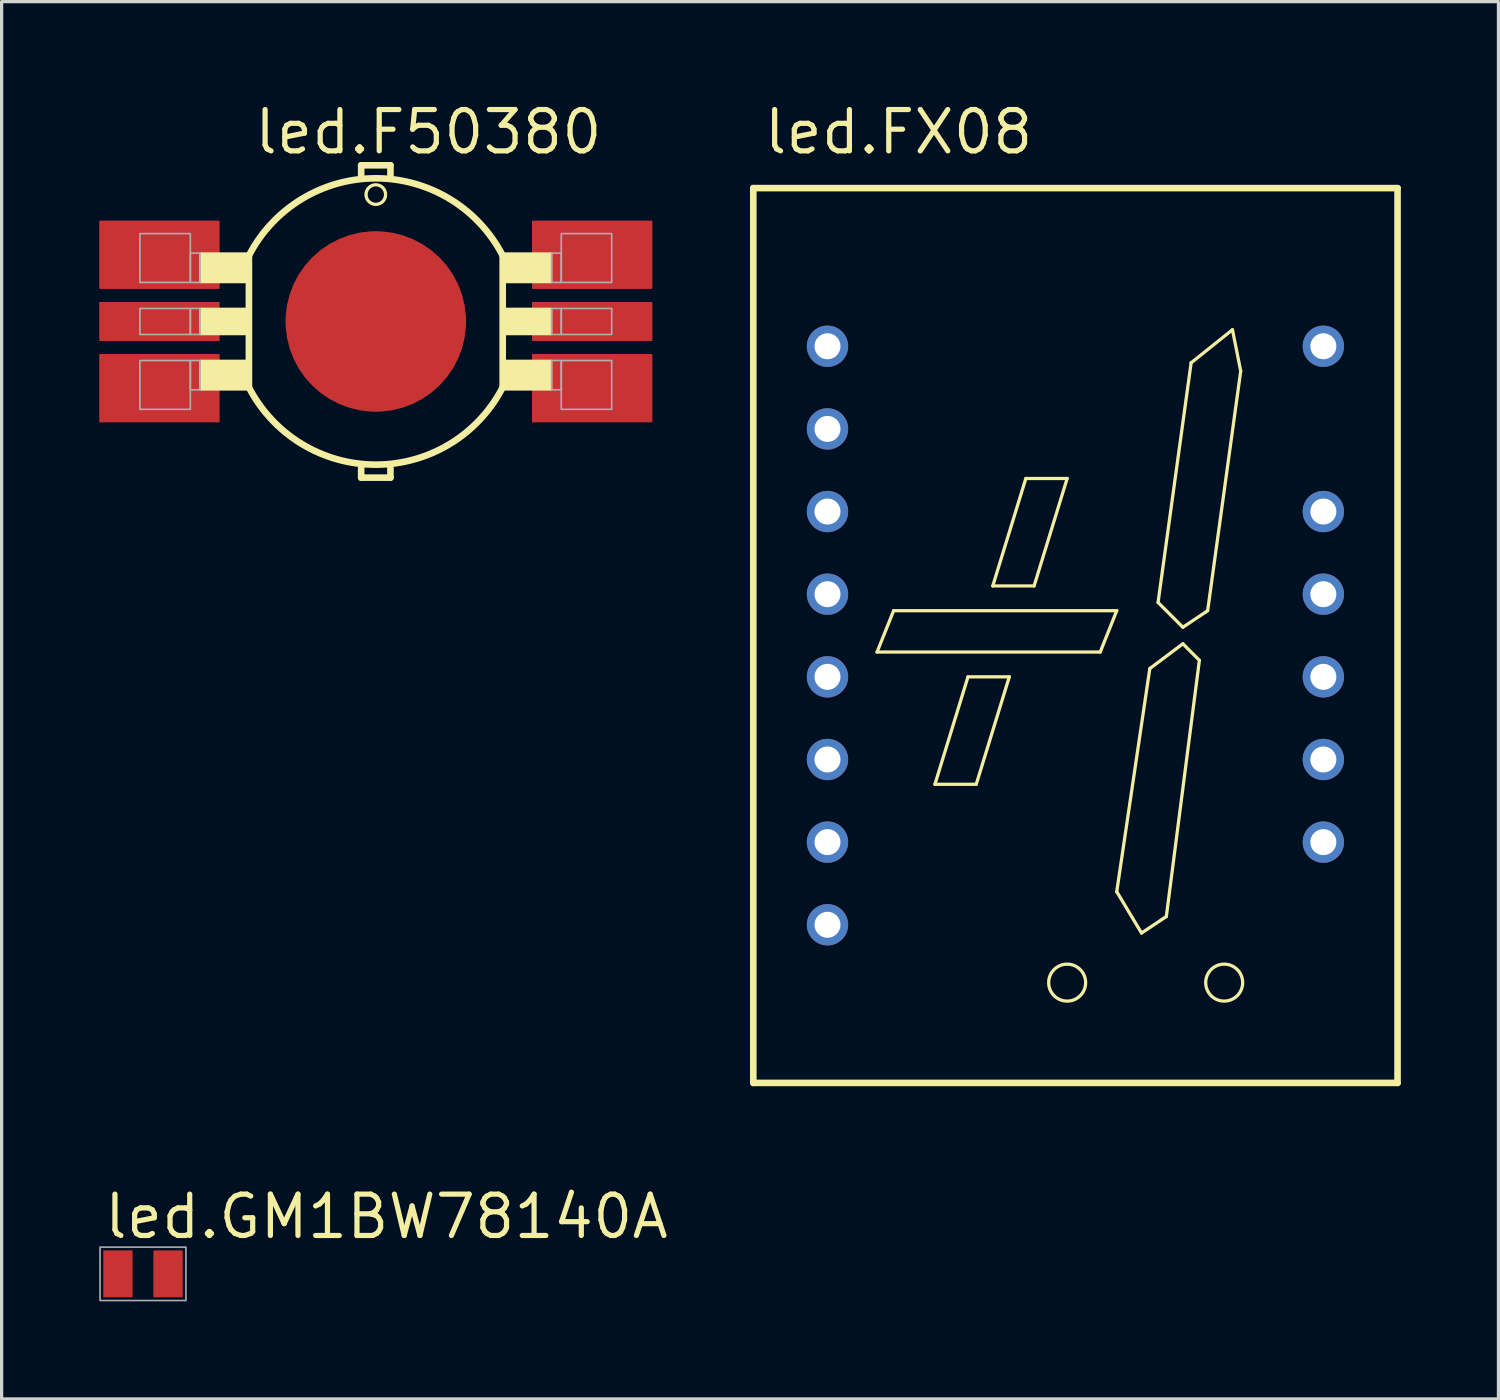
<source format=kicad_pcb>
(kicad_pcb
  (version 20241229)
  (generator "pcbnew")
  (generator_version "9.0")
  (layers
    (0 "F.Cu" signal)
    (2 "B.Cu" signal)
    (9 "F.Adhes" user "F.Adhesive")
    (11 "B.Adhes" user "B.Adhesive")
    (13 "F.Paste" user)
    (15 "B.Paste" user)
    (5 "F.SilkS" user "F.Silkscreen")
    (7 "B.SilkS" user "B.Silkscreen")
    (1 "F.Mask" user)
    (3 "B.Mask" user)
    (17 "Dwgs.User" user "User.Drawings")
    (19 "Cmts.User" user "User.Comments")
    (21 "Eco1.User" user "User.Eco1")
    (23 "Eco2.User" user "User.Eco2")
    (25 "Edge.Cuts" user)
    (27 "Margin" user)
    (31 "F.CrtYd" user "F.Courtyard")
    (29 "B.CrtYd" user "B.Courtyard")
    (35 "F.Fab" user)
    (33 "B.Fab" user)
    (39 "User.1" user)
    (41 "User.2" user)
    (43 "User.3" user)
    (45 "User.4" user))
  (footprint "led.GM1BW78140A"
    (layer "F.Cu")
    (at 1.345 36.1)
    (property "Reference" "led.GM1BW78140A" (at -1.27 -1.016 0) (layer "F.SilkS") (effects (font (size 1.27 1.27) (thickness 0.16)) (justify left bottom)))
    (attr smd)
    (fp_rect (start 0.275 0.775) (end 1.275 -0.775) (stroke (width 0.05) (type default)) (fill yes) (layer "F.Mask"))
    (fp_poly (pts (xy -1.25 -0.75) (xy -0.3 -0.75) (xy -0.3 -0.2) (xy -0.5 0) (xy -0.3 0.2) (xy -0.3 0.75) (xy -1.25 0.75)) (stroke (width 0.051) (type default)) (fill yes) (layer "F.Mask"))
    (fp_rect (start 0.35 0.675) (end 1.175 -0.675) (stroke (width 0.05) (type default)) (fill yes) (layer "F.Paste"))
    (fp_poly (pts (xy -1.175 -0.675) (xy -0.375 -0.675) (xy -0.375 -0.225) (xy -0.6 0) (xy -0.375 0.225) (xy -0.375 0.675) (xy -1.175 0.675)) (stroke (width 0.051) (type default)) (fill yes) (layer "F.Paste"))
    (fp_rect (start -1.32 0.82) (end 1.32 -0.82) (stroke (width 0.05) (type default)) (fill no) (layer "F.Fab"))
    (pad "A" smd roundrect (at 0.77 0) (size 0.9 1.44) (layers "F.Cu" "F.Mask" "F.Paste") (roundrect_rratio 0.01))
    (pad "C" smd roundrect (at -0.77 0) (size 0.9 1.44) (layers "F.Cu" "F.Mask" "F.Paste") (roundrect_rratio 0.01)))
  (footprint "led.FX08"
    (layer "F.Cu")
    (at 30.002 16.482)
    (property "Reference" "led.FX08" (at -9.652 -14.732 0) (layer "F.SilkS") (effects (font (size 1.27 1.27) (thickness 0.16)) (justify left bottom)))
    (attr through_hole)
    (fp_line (start -9.9 -13.75) (end 9.9 -13.75) (stroke (width 0.203) (type default)) (layer "F.SilkS"))
    (fp_line (start -9.9 13.75) (end -9.9 -13.75) (stroke (width 0.203) (type default)) (layer "F.SilkS"))
    (fp_line (start -6.096 0.508) (end -5.588 -0.762) (stroke (width 0.1) (type default)) (layer "F.SilkS"))
    (fp_line (start -5.588 -0.762) (end 1.27 -0.762) (stroke (width 0.1) (type default)) (layer "F.SilkS"))
    (fp_line (start -4.318 4.572) (end -3.048 4.572) (stroke (width 0.1) (type default)) (layer "F.SilkS"))
    (fp_line (start -3.302 1.27) (end -4.318 4.572) (stroke (width 0.1) (type default)) (layer "F.SilkS"))
    (fp_line (start -3.048 4.572) (end -2.032 1.27) (stroke (width 0.1) (type default)) (layer "F.SilkS"))
    (fp_line (start -2.54 -1.524) (end -1.27 -1.524) (stroke (width 0.1) (type default)) (layer "F.SilkS"))
    (fp_line (start -2.032 1.27) (end -3.302 1.27) (stroke (width 0.1) (type default)) (layer "F.SilkS"))
    (fp_line (start -1.524 -4.826) (end -2.54 -1.524) (stroke (width 0.1) (type default)) (layer "F.SilkS"))
    (fp_line (start -1.27 -1.524) (end -0.254 -4.826) (stroke (width 0.1) (type default)) (layer "F.SilkS"))
    (fp_line (start -0.254 -4.826) (end -1.524 -4.826) (stroke (width 0.1) (type default)) (layer "F.SilkS"))
    (fp_line (start 0.762 0.508) (end -6.096 0.508) (stroke (width 0.1) (type default)) (layer "F.SilkS"))
    (fp_line (start 1.27 -0.762) (end 0.762 0.508) (stroke (width 0.1) (type default)) (layer "F.SilkS"))
    (fp_line (start 1.27 7.874) (end 2.032 9.144) (stroke (width 0.1) (type default)) (layer "F.SilkS"))
    (fp_line (start 2.032 9.144) (end 2.794 8.636) (stroke (width 0.1) (type default)) (layer "F.SilkS"))
    (fp_line (start 2.286 1.016) (end 1.27 7.874) (stroke (width 0.1) (type default)) (layer "F.SilkS"))
    (fp_line (start 2.54 -1.016) (end 3.556 -8.382) (stroke (width 0.1) (type default)) (layer "F.SilkS"))
    (fp_line (start 2.794 8.636) (end 3.81 0.762) (stroke (width 0.1) (type default)) (layer "F.SilkS"))
    (fp_line (start 3.302 -0.254) (end 2.54 -1.016) (stroke (width 0.1) (type default)) (layer "F.SilkS"))
    (fp_line (start 3.302 0.254) (end 2.286 1.016) (stroke (width 0.1) (type default)) (layer "F.SilkS"))
    (fp_line (start 3.556 -8.382) (end 4.826 -9.398) (stroke (width 0.1) (type default)) (layer "F.SilkS"))
    (fp_line (start 3.81 0.762) (end 3.302 0.254) (stroke (width 0.1) (type default)) (layer "F.SilkS"))
    (fp_line (start 4.064 -0.762) (end 3.302 -0.254) (stroke (width 0.1) (type default)) (layer "F.SilkS"))
    (fp_line (start 4.826 -9.398) (end 5.08 -8.128) (stroke (width 0.1) (type default)) (layer "F.SilkS"))
    (fp_line (start 5.08 -8.128) (end 4.064 -0.762) (stroke (width 0.1) (type default)) (layer "F.SilkS"))
    (fp_line (start 9.9 -13.75) (end 9.9 13.75) (stroke (width 0.203) (type default)) (layer "F.SilkS"))
    (fp_line (start 9.9 13.75) (end -9.9 13.75) (stroke (width 0.203) (type default)) (layer "F.SilkS"))
    (fp_circle (center -0.254 10.668) (end 0.314 10.668) (stroke (width 0.1) (type default)) (fill no) (layer "F.SilkS"))
    (fp_circle (center 4.572 10.668) (end 5.14 10.668) (stroke (width 0.1) (type default)) (fill no) (layer "F.SilkS"))
    (pad "1" thru_hole circle (at -7.62 -8.89) (size 1.27 1.27) (drill 0.8) (layers "*.Cu" "*.Mask"))
    (pad "2" thru_hole circle (at -7.62 -6.35) (size 1.27 1.27) (drill 0.8) (layers "*.Cu" "*.Mask"))
    (pad "3" thru_hole circle (at -7.62 -3.81) (size 1.27 1.27) (drill 0.8) (layers "*.Cu" "*.Mask"))
    (pad "4" thru_hole circle (at -7.62 -1.27) (size 1.27 1.27) (drill 0.8) (layers "*.Cu" "*.Mask"))
    (pad "5" thru_hole circle (at -7.62 1.27) (size 1.27 1.27) (drill 0.8) (layers "*.Cu" "*.Mask"))
    (pad "6" thru_hole circle (at -7.62 3.81) (size 1.27 1.27) (drill 0.8) (layers "*.Cu" "*.Mask"))
    (pad "7" thru_hole circle (at -7.62 6.35) (size 1.27 1.27) (drill 0.8) (layers "*.Cu" "*.Mask"))
    (pad "8" thru_hole circle (at -7.62 8.89) (size 1.27 1.27) (drill 0.8) (layers "*.Cu" "*.Mask"))
    (pad "10" thru_hole circle (at 7.62 6.35) (size 1.27 1.27) (drill 0.8) (layers "*.Cu" "*.Mask"))
    (pad "11" thru_hole circle (at 7.62 3.81) (size 1.27 1.27) (drill 0.8) (layers "*.Cu" "*.Mask"))
    (pad "12" thru_hole circle (at 7.62 1.27) (size 1.27 1.27) (drill 0.8) (layers "*.Cu" "*.Mask"))
    (pad "13" thru_hole circle (at 7.62 -1.27) (size 1.27 1.27) (drill 0.8) (layers "*.Cu" "*.Mask"))
    (pad "14" thru_hole circle (at 7.62 -3.81) (size 1.27 1.27) (drill 0.8) (layers "*.Cu" "*.Mask"))
    (pad "16" thru_hole circle (at 7.62 -8.89) (size 1.27 1.27) (drill 0.8) (layers "*.Cu" "*.Mask")))
  (footprint "led.F50380"
    (layer "F.Cu")
    (at 8.5 6.83)
    (property "Reference" "led.F50380" (at -3.81 -5.08 0) (layer "F.SilkS") (effects (font (size 1.27 1.27) (thickness 0.16)) (justify left bottom)))
    (attr smd)
    (fp_line (start -3.9 2.025) (end -3.9 -2.025) (stroke (width 0.203) (type default)) (layer "F.SilkS"))
    (fp_line (start -0.45 -4.8) (end 0.45 -4.8) (stroke (width 0.203) (type default)) (layer "F.SilkS"))
    (fp_line (start -0.45 -4.475) (end -0.45 -4.8) (stroke (width 0.203) (type default)) (layer "F.SilkS"))
    (fp_line (start -0.45 4.8) (end -0.45 4.5) (stroke (width 0.203) (type default)) (layer "F.SilkS"))
    (fp_line (start 0.45 -4.8) (end 0.45 -4.5) (stroke (width 0.203) (type default)) (layer "F.SilkS"))
    (fp_line (start 0.45 4.475) (end 0.45 4.8) (stroke (width 0.203) (type default)) (layer "F.SilkS"))
    (fp_line (start 0.45 4.8) (end -0.45 4.8) (stroke (width 0.203) (type default)) (layer "F.SilkS"))
    (fp_line (start 3.9 -2.025) (end 3.9 2.025) (stroke (width 0.203) (type default)) (layer "F.SilkS"))
    (fp_rect (start -5.4 -1.2) (end -3.925 -2.1) (stroke (width 0.05) (type default)) (fill yes) (layer "F.SilkS"))
    (fp_rect (start -5.4 0.4) (end -3.975 -0.4) (stroke (width 0.05) (type default)) (fill yes) (layer "F.SilkS"))
    (fp_rect (start -5.4 2.1) (end -3.975 1.2) (stroke (width 0.05) (type default)) (fill yes) (layer "F.SilkS"))
    (fp_rect (start 3.925 2.1) (end 5.4 1.2) (stroke (width 0.05) (type default)) (fill yes) (layer "F.SilkS"))
    (fp_rect (start 3.975 -1.2) (end 5.4 -2.1) (stroke (width 0.05) (type default)) (fill yes) (layer "F.SilkS"))
    (fp_rect (start 3.975 0.4) (end 5.4 -0.4) (stroke (width 0.05) (type default)) (fill yes) (layer "F.SilkS"))
    (fp_arc (start -3.9 -2.025) (mid 0 -4.400003) (end 3.9 -2.025) (stroke (width 0.2032) (type default)) (layer "F.SilkS"))
    (fp_arc (start 3.9 2.025) (mid 0 4.400652) (end -3.9 2.025) (stroke (width 0.2032) (type default)) (layer "F.SilkS"))
    (fp_circle (center 0 -3.9) (end 0.301 -3.9) (stroke (width 0.1) (type default)) (fill no) (layer "F.SilkS"))
    (fp_rect (start -7.25 -1.2) (end -5.7 -2.7) (stroke (width 0.05) (type default)) (fill no) (layer "F.Fab"))
    (fp_rect (start -7.25 0.4) (end -5.7 -0.4) (stroke (width 0.05) (type default)) (fill no) (layer "F.Fab"))
    (fp_rect (start -7.25 2.7) (end -5.7 1.2) (stroke (width 0.05) (type default)) (fill no) (layer "F.Fab"))
    (fp_rect (start -5.7 -1.2) (end -5.4 -2.1) (stroke (width 0.05) (type default)) (fill no) (layer "F.Fab"))
    (fp_rect (start -5.7 0.4) (end -5.4 -0.4) (stroke (width 0.05) (type default)) (fill no) (layer "F.Fab"))
    (fp_rect (start -5.7 2.1) (end -5.4 1.2) (stroke (width 0.05) (type default)) (fill no) (layer "F.Fab"))
    (fp_rect (start 5.4 -1.2) (end 5.7 -2.1) (stroke (width 0.05) (type default)) (fill no) (layer "F.Fab"))
    (fp_rect (start 5.4 0.4) (end 5.7 -0.4) (stroke (width 0.05) (type default)) (fill no) (layer "F.Fab"))
    (fp_rect (start 5.4 2.1) (end 5.7 1.2) (stroke (width 0.05) (type default)) (fill no) (layer "F.Fab"))
    (fp_rect (start 5.7 -1.2) (end 7.25 -2.7) (stroke (width 0.05) (type default)) (fill no) (layer "F.Fab"))
    (fp_rect (start 5.7 0.4) (end 7.25 -0.4) (stroke (width 0.05) (type default)) (fill no) (layer "F.Fab"))
    (fp_rect (start 5.7 2.7) (end 7.25 1.2) (stroke (width 0.05) (type default)) (fill no) (layer "F.Fab"))
    (pad "B+" smd roundrect (at 6.65 0 180) (size 3.7 1.2) (layers "F.Cu" "F.Mask" "F.Paste") (roundrect_rratio 0.01))
    (pad "B-" smd roundrect (at 6.65 -2.05 180) (size 3.7 2.1) (layers "F.Cu" "F.Mask" "F.Paste") (roundrect_rratio 0.01))
    (pad "G+" smd roundrect (at -6.65 2.05) (size 3.7 2.1) (layers "F.Cu" "F.Mask" "F.Paste") (roundrect_rratio 0.01))
    (pad "G-" smd roundrect (at -6.65 0) (size 3.7 1.2) (layers "F.Cu" "F.Mask" "F.Paste") (roundrect_rratio 0.01))
    (pad "R+" smd roundrect (at 6.65 2.05 180) (size 3.7 2.1) (layers "F.Cu" "F.Mask" "F.Paste") (roundrect_rratio 0.01))
    (pad "R-" smd roundrect (at -6.65 -2.05) (size 3.7 2.1) (layers "F.Cu" "F.Mask" "F.Paste") (roundrect_rratio 0.01))
    (pad "TH" smd roundrect (at 0 0) (size 5.55 5.55) (layers "F.Cu" "F.Mask" "F.Paste") (roundrect_rratio 0.5)))
  (gr_rect
    (start -3 -3)
    (end 43.003 39.945)
    (stroke (width 0.1) (type default))
    (fill no)
    (layer "Edge.Cuts")))
</source>
